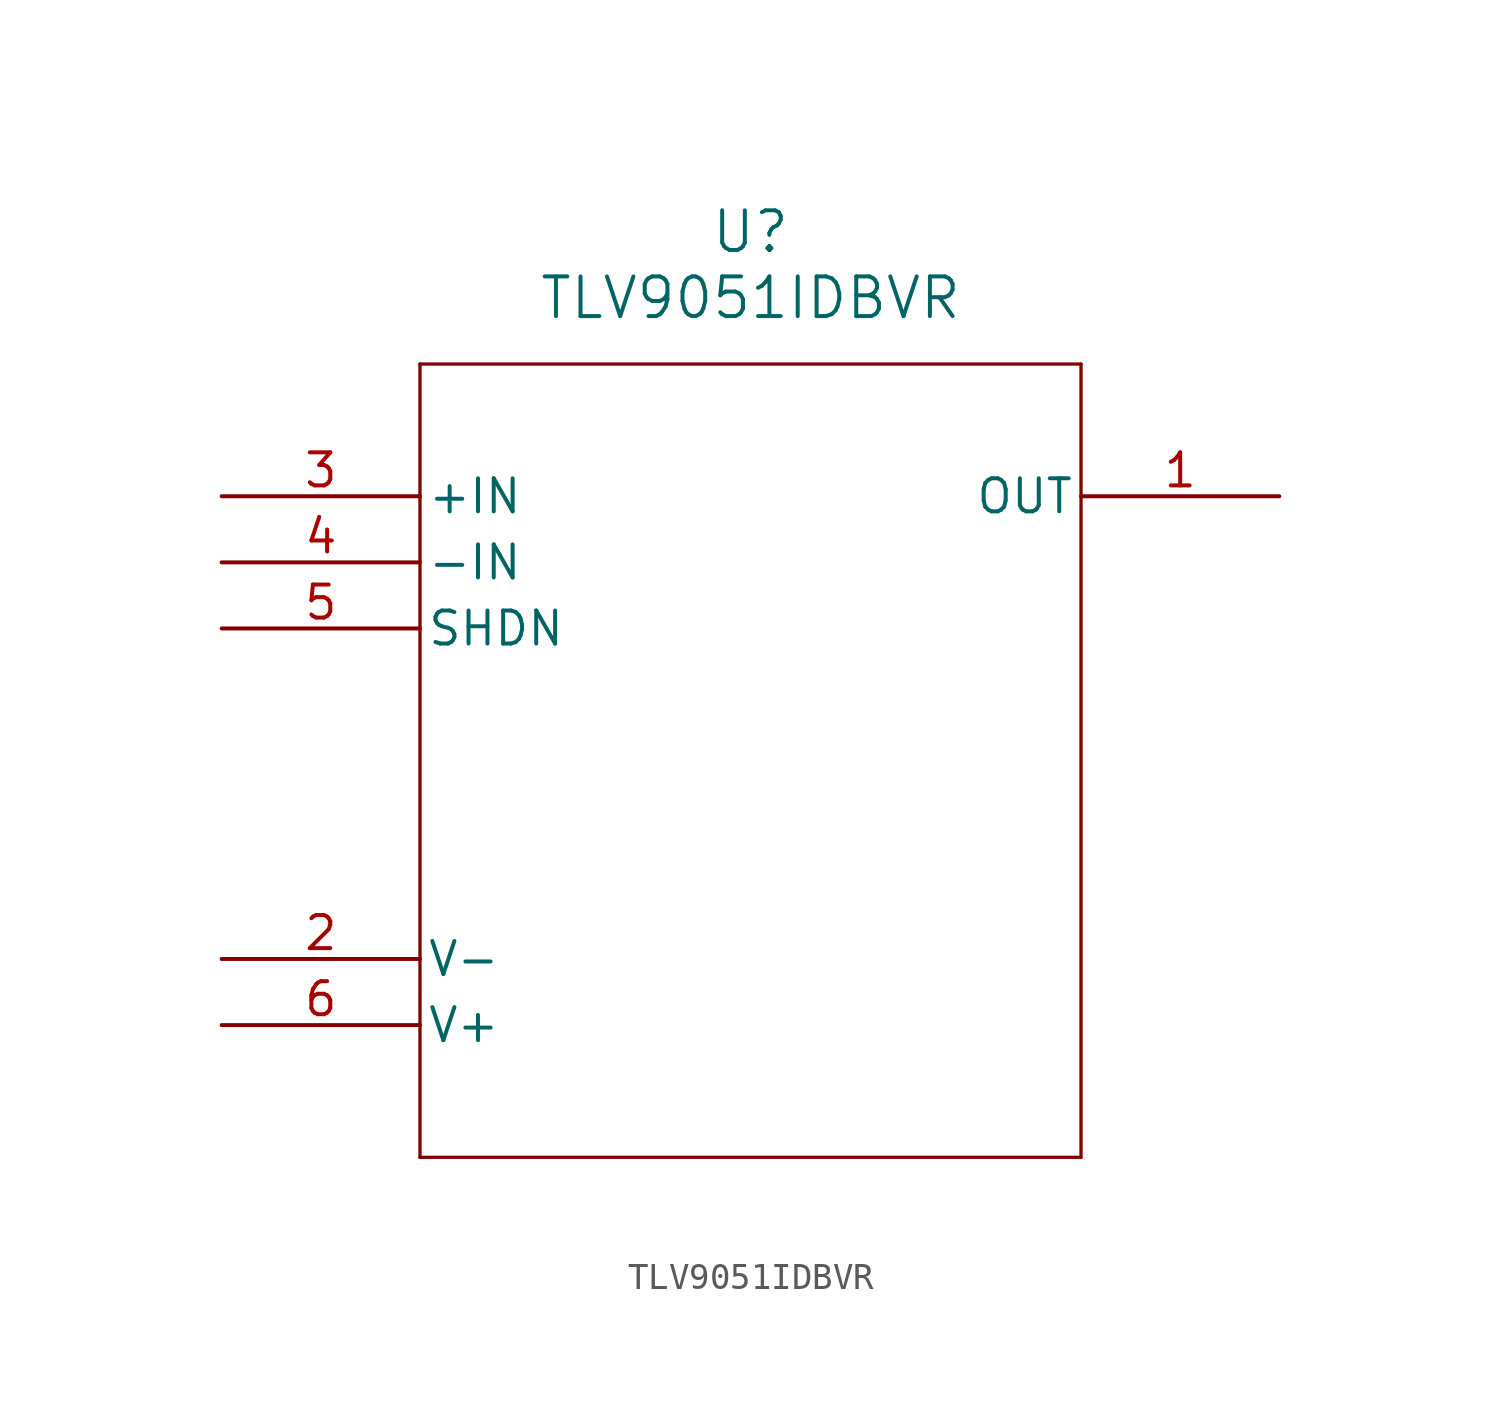
<source format=kicad_sym>
(kicad_symbol_lib
  (version 20211014)
  (generator kicad_symbol_editor)
  (symbol "TLV9051IDBVR"
    (pin_names
      (offset 0.254))
    (property "Reference" "U"
      (at 20.32 10.16 0)
      (effects (font (size 1.524 1.524))))
    (property "Value" "TLV9051IDBVR"
      (at 20.32 7.62 0)
      (effects (font (size 1.524 1.524))))
    (symbol "TLV9051IDBVR_0_1"
      (polyline (pts (xy 7.62 5.08) (xy 7.62 -25.4)) (stroke (width 0.127) (type default) (color 0 0 0 0)) (fill (type none)))
      (polyline (pts (xy 7.62 -25.4) (xy 33.02 -25.4)) (stroke (width 0.127) (type default) (color 0 0 0 0)) (fill (type none)))
      (polyline (pts (xy 33.02 -25.4) (xy 33.02 5.08)) (stroke (width 0.127) (type default) (color 0 0 0 0)) (fill (type none)))
      (polyline (pts (xy 33.02 5.08) (xy 7.62 5.08)) (stroke (width 0.127) (type default) (color 0 0 0 0)) (fill (type none)))
      (pin output line (at 40.64 0 180) (length 7.62) (name "OUT" (effects (font (size 1.27 1.27)))) (number "1" (effects (font (size 1.27 1.27)))))
      (pin power_in line (at 0 -17.78 0) (length 7.62) (name "V-" (effects (font (size 1.27 1.27)))) (number "2" (effects (font (size 1.27 1.27)))))
      (pin input line (at 0 0 0) (length 7.62) (name "+IN" (effects (font (size 1.27 1.27)))) (number "3" (effects (font (size 1.27 1.27)))))
      (pin input line (at 0 -2.54 0) (length 7.62) (name "-IN" (effects (font (size 1.27 1.27)))) (number "4" (effects (font (size 1.27 1.27)))))
      (pin input line (at 0 -5.08 0) (length 7.62) (name "SHDN" (effects (font (size 1.27 1.27)))) (number "5" (effects (font (size 1.27 1.27)))))
      (pin power_in line (at 0 -20.32 0) (length 7.62) (name "V+" (effects (font (size 1.27 1.27)))) (number "6" (effects (font (size 1.27 1.27))))))))
</source>
